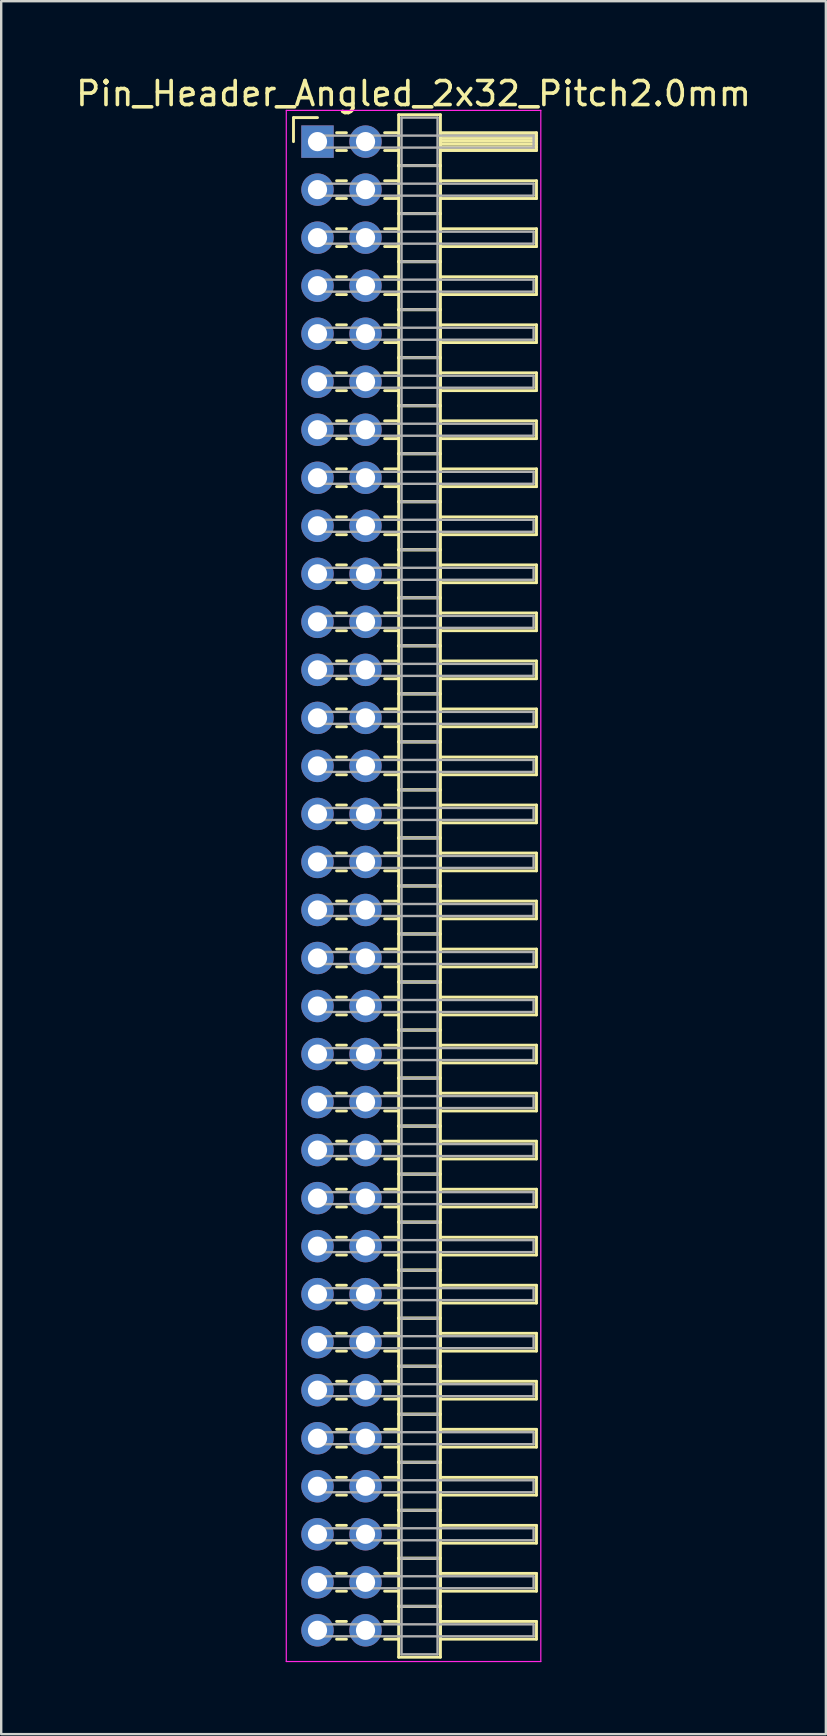
<source format=kicad_pcb>
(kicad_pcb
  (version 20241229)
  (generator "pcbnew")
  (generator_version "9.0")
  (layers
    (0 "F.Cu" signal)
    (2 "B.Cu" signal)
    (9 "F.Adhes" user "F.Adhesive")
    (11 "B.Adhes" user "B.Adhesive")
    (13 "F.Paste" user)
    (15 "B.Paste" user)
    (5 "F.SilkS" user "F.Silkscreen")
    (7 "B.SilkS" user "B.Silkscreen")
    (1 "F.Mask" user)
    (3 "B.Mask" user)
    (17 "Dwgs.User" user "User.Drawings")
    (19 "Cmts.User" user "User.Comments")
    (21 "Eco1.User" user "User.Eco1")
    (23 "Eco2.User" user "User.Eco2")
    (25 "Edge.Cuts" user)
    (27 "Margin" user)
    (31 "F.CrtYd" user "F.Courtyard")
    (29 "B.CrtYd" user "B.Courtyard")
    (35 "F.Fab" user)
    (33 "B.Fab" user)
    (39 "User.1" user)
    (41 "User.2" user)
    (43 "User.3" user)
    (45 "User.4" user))
  (footprint "Pin_Header_Angled_2x32_Pitch2.0mm"
    (layer "F.Cu")
    (at 10.173 2.848)
    (property "Reference" "Pin_Header_Angled_2x32_Pitch2.0mm" (at 4 -2 0) (layer "F.SilkS") (effects (font (size 1 1) (thickness 0.15))))
    (attr through_hole)
    (fp_line (start -1 -1) (end 0 -1) (stroke (width 0.12) (type solid)) (layer "F.SilkS"))
    (fp_line (start -1 0) (end -1 -1) (stroke (width 0.12) (type solid)) (layer "F.SilkS"))
    (fp_line (start 0.795 -0.37) (end 1.205 -0.37) (stroke (width 0.12) (type solid)) (layer "F.SilkS"))
    (fp_line (start 0.795 0.37) (end 1.205 0.37) (stroke (width 0.12) (type solid)) (layer "F.SilkS"))
    (fp_line (start 0.795 1.63) (end 1.205 1.63) (stroke (width 0.12) (type solid)) (layer "F.SilkS"))
    (fp_line (start 0.795 2.37) (end 1.205 2.37) (stroke (width 0.12) (type solid)) (layer "F.SilkS"))
    (fp_line (start 0.795 3.63) (end 1.205 3.63) (stroke (width 0.12) (type solid)) (layer "F.SilkS"))
    (fp_line (start 0.795 4.37) (end 1.205 4.37) (stroke (width 0.12) (type solid)) (layer "F.SilkS"))
    (fp_line (start 0.795 5.63) (end 1.205 5.63) (stroke (width 0.12) (type solid)) (layer "F.SilkS"))
    (fp_line (start 0.795 6.37) (end 1.205 6.37) (stroke (width 0.12) (type solid)) (layer "F.SilkS"))
    (fp_line (start 0.795 7.63) (end 1.205 7.63) (stroke (width 0.12) (type solid)) (layer "F.SilkS"))
    (fp_line (start 0.795 8.37) (end 1.205 8.37) (stroke (width 0.12) (type solid)) (layer "F.SilkS"))
    (fp_line (start 0.795 9.63) (end 1.205 9.63) (stroke (width 0.12) (type solid)) (layer "F.SilkS"))
    (fp_line (start 0.795 10.37) (end 1.205 10.37) (stroke (width 0.12) (type solid)) (layer "F.SilkS"))
    (fp_line (start 0.795 11.63) (end 1.205 11.63) (stroke (width 0.12) (type solid)) (layer "F.SilkS"))
    (fp_line (start 0.795 12.37) (end 1.205 12.37) (stroke (width 0.12) (type solid)) (layer "F.SilkS"))
    (fp_line (start 0.795 13.63) (end 1.205 13.63) (stroke (width 0.12) (type solid)) (layer "F.SilkS"))
    (fp_line (start 0.795 14.37) (end 1.205 14.37) (stroke (width 0.12) (type solid)) (layer "F.SilkS"))
    (fp_line (start 0.795 15.63) (end 1.205 15.63) (stroke (width 0.12) (type solid)) (layer "F.SilkS"))
    (fp_line (start 0.795 16.37) (end 1.205 16.37) (stroke (width 0.12) (type solid)) (layer "F.SilkS"))
    (fp_line (start 0.795 17.63) (end 1.205 17.63) (stroke (width 0.12) (type solid)) (layer "F.SilkS"))
    (fp_line (start 0.795 18.37) (end 1.205 18.37) (stroke (width 0.12) (type solid)) (layer "F.SilkS"))
    (fp_line (start 0.795 19.63) (end 1.205 19.63) (stroke (width 0.12) (type solid)) (layer "F.SilkS"))
    (fp_line (start 0.795 20.37) (end 1.205 20.37) (stroke (width 0.12) (type solid)) (layer "F.SilkS"))
    (fp_line (start 0.795 21.63) (end 1.205 21.63) (stroke (width 0.12) (type solid)) (layer "F.SilkS"))
    (fp_line (start 0.795 22.37) (end 1.205 22.37) (stroke (width 0.12) (type solid)) (layer "F.SilkS"))
    (fp_line (start 0.795 23.63) (end 1.205 23.63) (stroke (width 0.12) (type solid)) (layer "F.SilkS"))
    (fp_line (start 0.795 24.37) (end 1.205 24.37) (stroke (width 0.12) (type solid)) (layer "F.SilkS"))
    (fp_line (start 0.795 25.63) (end 1.205 25.63) (stroke (width 0.12) (type solid)) (layer "F.SilkS"))
    (fp_line (start 0.795 26.37) (end 1.205 26.37) (stroke (width 0.12) (type solid)) (layer "F.SilkS"))
    (fp_line (start 0.795 27.63) (end 1.205 27.63) (stroke (width 0.12) (type solid)) (layer "F.SilkS"))
    (fp_line (start 0.795 28.37) (end 1.205 28.37) (stroke (width 0.12) (type solid)) (layer "F.SilkS"))
    (fp_line (start 0.795 29.63) (end 1.205 29.63) (stroke (width 0.12) (type solid)) (layer "F.SilkS"))
    (fp_line (start 0.795 30.37) (end 1.205 30.37) (stroke (width 0.12) (type solid)) (layer "F.SilkS"))
    (fp_line (start 0.795 31.63) (end 1.205 31.63) (stroke (width 0.12) (type solid)) (layer "F.SilkS"))
    (fp_line (start 0.795 32.37) (end 1.205 32.37) (stroke (width 0.12) (type solid)) (layer "F.SilkS"))
    (fp_line (start 0.795 33.63) (end 1.205 33.63) (stroke (width 0.12) (type solid)) (layer "F.SilkS"))
    (fp_line (start 0.795 34.37) (end 1.205 34.37) (stroke (width 0.12) (type solid)) (layer "F.SilkS"))
    (fp_line (start 0.795 35.63) (end 1.205 35.63) (stroke (width 0.12) (type solid)) (layer "F.SilkS"))
    (fp_line (start 0.795 36.37) (end 1.205 36.37) (stroke (width 0.12) (type solid)) (layer "F.SilkS"))
    (fp_line (start 0.795 37.63) (end 1.205 37.63) (stroke (width 0.12) (type solid)) (layer "F.SilkS"))
    (fp_line (start 0.795 38.37) (end 1.205 38.37) (stroke (width 0.12) (type solid)) (layer "F.SilkS"))
    (fp_line (start 0.795 39.63) (end 1.205 39.63) (stroke (width 0.12) (type solid)) (layer "F.SilkS"))
    (fp_line (start 0.795 40.37) (end 1.205 40.37) (stroke (width 0.12) (type solid)) (layer "F.SilkS"))
    (fp_line (start 0.795 41.63) (end 1.205 41.63) (stroke (width 0.12) (type solid)) (layer "F.SilkS"))
    (fp_line (start 0.795 42.37) (end 1.205 42.37) (stroke (width 0.12) (type solid)) (layer "F.SilkS"))
    (fp_line (start 0.795 43.63) (end 1.205 43.63) (stroke (width 0.12) (type solid)) (layer "F.SilkS"))
    (fp_line (start 0.795 44.37) (end 1.205 44.37) (stroke (width 0.12) (type solid)) (layer "F.SilkS"))
    (fp_line (start 0.795 45.63) (end 1.205 45.63) (stroke (width 0.12) (type solid)) (layer "F.SilkS"))
    (fp_line (start 0.795 46.37) (end 1.205 46.37) (stroke (width 0.12) (type solid)) (layer "F.SilkS"))
    (fp_line (start 0.795 47.63) (end 1.205 47.63) (stroke (width 0.12) (type solid)) (layer "F.SilkS"))
    (fp_line (start 0.795 48.37) (end 1.205 48.37) (stroke (width 0.12) (type solid)) (layer "F.SilkS"))
    (fp_line (start 0.795 49.63) (end 1.205 49.63) (stroke (width 0.12) (type solid)) (layer "F.SilkS"))
    (fp_line (start 0.795 50.37) (end 1.205 50.37) (stroke (width 0.12) (type solid)) (layer "F.SilkS"))
    (fp_line (start 0.795 51.63) (end 1.205 51.63) (stroke (width 0.12) (type solid)) (layer "F.SilkS"))
    (fp_line (start 0.795 52.37) (end 1.205 52.37) (stroke (width 0.12) (type solid)) (layer "F.SilkS"))
    (fp_line (start 0.795 53.63) (end 1.205 53.63) (stroke (width 0.12) (type solid)) (layer "F.SilkS"))
    (fp_line (start 0.795 54.37) (end 1.205 54.37) (stroke (width 0.12) (type solid)) (layer "F.SilkS"))
    (fp_line (start 0.795 55.63) (end 1.205 55.63) (stroke (width 0.12) (type solid)) (layer "F.SilkS"))
    (fp_line (start 0.795 56.37) (end 1.205 56.37) (stroke (width 0.12) (type solid)) (layer "F.SilkS"))
    (fp_line (start 0.795 57.63) (end 1.205 57.63) (stroke (width 0.12) (type solid)) (layer "F.SilkS"))
    (fp_line (start 0.795 58.37) (end 1.205 58.37) (stroke (width 0.12) (type solid)) (layer "F.SilkS"))
    (fp_line (start 0.795 59.63) (end 1.205 59.63) (stroke (width 0.12) (type solid)) (layer "F.SilkS"))
    (fp_line (start 0.795 60.37) (end 1.205 60.37) (stroke (width 0.12) (type solid)) (layer "F.SilkS"))
    (fp_line (start 0.795 61.63) (end 1.205 61.63) (stroke (width 0.12) (type solid)) (layer "F.SilkS"))
    (fp_line (start 0.795 62.37) (end 1.205 62.37) (stroke (width 0.12) (type solid)) (layer "F.SilkS"))
    (fp_line (start 2.795 -0.37) (end 3.38 -0.37) (stroke (width 0.12) (type solid)) (layer "F.SilkS"))
    (fp_line (start 2.795 0.37) (end 3.38 0.37) (stroke (width 0.12) (type solid)) (layer "F.SilkS"))
    (fp_line (start 2.795 1.63) (end 3.38 1.63) (stroke (width 0.12) (type solid)) (layer "F.SilkS"))
    (fp_line (start 2.795 2.37) (end 3.38 2.37) (stroke (width 0.12) (type solid)) (layer "F.SilkS"))
    (fp_line (start 2.795 3.63) (end 3.38 3.63) (stroke (width 0.12) (type solid)) (layer "F.SilkS"))
    (fp_line (start 2.795 4.37) (end 3.38 4.37) (stroke (width 0.12) (type solid)) (layer "F.SilkS"))
    (fp_line (start 2.795 5.63) (end 3.38 5.63) (stroke (width 0.12) (type solid)) (layer "F.SilkS"))
    (fp_line (start 2.795 6.37) (end 3.38 6.37) (stroke (width 0.12) (type solid)) (layer "F.SilkS"))
    (fp_line (start 2.795 7.63) (end 3.38 7.63) (stroke (width 0.12) (type solid)) (layer "F.SilkS"))
    (fp_line (start 2.795 8.37) (end 3.38 8.37) (stroke (width 0.12) (type solid)) (layer "F.SilkS"))
    (fp_line (start 2.795 9.63) (end 3.38 9.63) (stroke (width 0.12) (type solid)) (layer "F.SilkS"))
    (fp_line (start 2.795 10.37) (end 3.38 10.37) (stroke (width 0.12) (type solid)) (layer "F.SilkS"))
    (fp_line (start 2.795 11.63) (end 3.38 11.63) (stroke (width 0.12) (type solid)) (layer "F.SilkS"))
    (fp_line (start 2.795 12.37) (end 3.38 12.37) (stroke (width 0.12) (type solid)) (layer "F.SilkS"))
    (fp_line (start 2.795 13.63) (end 3.38 13.63) (stroke (width 0.12) (type solid)) (layer "F.SilkS"))
    (fp_line (start 2.795 14.37) (end 3.38 14.37) (stroke (width 0.12) (type solid)) (layer "F.SilkS"))
    (fp_line (start 2.795 15.63) (end 3.38 15.63) (stroke (width 0.12) (type solid)) (layer "F.SilkS"))
    (fp_line (start 2.795 16.37) (end 3.38 16.37) (stroke (width 0.12) (type solid)) (layer "F.SilkS"))
    (fp_line (start 2.795 17.63) (end 3.38 17.63) (stroke (width 0.12) (type solid)) (layer "F.SilkS"))
    (fp_line (start 2.795 18.37) (end 3.38 18.37) (stroke (width 0.12) (type solid)) (layer "F.SilkS"))
    (fp_line (start 2.795 19.63) (end 3.38 19.63) (stroke (width 0.12) (type solid)) (layer "F.SilkS"))
    (fp_line (start 2.795 20.37) (end 3.38 20.37) (stroke (width 0.12) (type solid)) (layer "F.SilkS"))
    (fp_line (start 2.795 21.63) (end 3.38 21.63) (stroke (width 0.12) (type solid)) (layer "F.SilkS"))
    (fp_line (start 2.795 22.37) (end 3.38 22.37) (stroke (width 0.12) (type solid)) (layer "F.SilkS"))
    (fp_line (start 2.795 23.63) (end 3.38 23.63) (stroke (width 0.12) (type solid)) (layer "F.SilkS"))
    (fp_line (start 2.795 24.37) (end 3.38 24.37) (stroke (width 0.12) (type solid)) (layer "F.SilkS"))
    (fp_line (start 2.795 25.63) (end 3.38 25.63) (stroke (width 0.12) (type solid)) (layer "F.SilkS"))
    (fp_line (start 2.795 26.37) (end 3.38 26.37) (stroke (width 0.12) (type solid)) (layer "F.SilkS"))
    (fp_line (start 2.795 27.63) (end 3.38 27.63) (stroke (width 0.12) (type solid)) (layer "F.SilkS"))
    (fp_line (start 2.795 28.37) (end 3.38 28.37) (stroke (width 0.12) (type solid)) (layer "F.SilkS"))
    (fp_line (start 2.795 29.63) (end 3.38 29.63) (stroke (width 0.12) (type solid)) (layer "F.SilkS"))
    (fp_line (start 2.795 30.37) (end 3.38 30.37) (stroke (width 0.12) (type solid)) (layer "F.SilkS"))
    (fp_line (start 2.795 31.63) (end 3.38 31.63) (stroke (width 0.12) (type solid)) (layer "F.SilkS"))
    (fp_line (start 2.795 32.37) (end 3.38 32.37) (stroke (width 0.12) (type solid)) (layer "F.SilkS"))
    (fp_line (start 2.795 33.63) (end 3.38 33.63) (stroke (width 0.12) (type solid)) (layer "F.SilkS"))
    (fp_line (start 2.795 34.37) (end 3.38 34.37) (stroke (width 0.12) (type solid)) (layer "F.SilkS"))
    (fp_line (start 2.795 35.63) (end 3.38 35.63) (stroke (width 0.12) (type solid)) (layer "F.SilkS"))
    (fp_line (start 2.795 36.37) (end 3.38 36.37) (stroke (width 0.12) (type solid)) (layer "F.SilkS"))
    (fp_line (start 2.795 37.63) (end 3.38 37.63) (stroke (width 0.12) (type solid)) (layer "F.SilkS"))
    (fp_line (start 2.795 38.37) (end 3.38 38.37) (stroke (width 0.12) (type solid)) (layer "F.SilkS"))
    (fp_line (start 2.795 39.63) (end 3.38 39.63) (stroke (width 0.12) (type solid)) (layer "F.SilkS"))
    (fp_line (start 2.795 40.37) (end 3.38 40.37) (stroke (width 0.12) (type solid)) (layer "F.SilkS"))
    (fp_line (start 2.795 41.63) (end 3.38 41.63) (stroke (width 0.12) (type solid)) (layer "F.SilkS"))
    (fp_line (start 2.795 42.37) (end 3.38 42.37) (stroke (width 0.12) (type solid)) (layer "F.SilkS"))
    (fp_line (start 2.795 43.63) (end 3.38 43.63) (stroke (width 0.12) (type solid)) (layer "F.SilkS"))
    (fp_line (start 2.795 44.37) (end 3.38 44.37) (stroke (width 0.12) (type solid)) (layer "F.SilkS"))
    (fp_line (start 2.795 45.63) (end 3.38 45.63) (stroke (width 0.12) (type solid)) (layer "F.SilkS"))
    (fp_line (start 2.795 46.37) (end 3.38 46.37) (stroke (width 0.12) (type solid)) (layer "F.SilkS"))
    (fp_line (start 2.795 47.63) (end 3.38 47.63) (stroke (width 0.12) (type solid)) (layer "F.SilkS"))
    (fp_line (start 2.795 48.37) (end 3.38 48.37) (stroke (width 0.12) (type solid)) (layer "F.SilkS"))
    (fp_line (start 2.795 49.63) (end 3.38 49.63) (stroke (width 0.12) (type solid)) (layer "F.SilkS"))
    (fp_line (start 2.795 50.37) (end 3.38 50.37) (stroke (width 0.12) (type solid)) (layer "F.SilkS"))
    (fp_line (start 2.795 51.63) (end 3.38 51.63) (stroke (width 0.12) (type solid)) (layer "F.SilkS"))
    (fp_line (start 2.795 52.37) (end 3.38 52.37) (stroke (width 0.12) (type solid)) (layer "F.SilkS"))
    (fp_line (start 2.795 53.63) (end 3.38 53.63) (stroke (width 0.12) (type solid)) (layer "F.SilkS"))
    (fp_line (start 2.795 54.37) (end 3.38 54.37) (stroke (width 0.12) (type solid)) (layer "F.SilkS"))
    (fp_line (start 2.795 55.63) (end 3.38 55.63) (stroke (width 0.12) (type solid)) (layer "F.SilkS"))
    (fp_line (start 2.795 56.37) (end 3.38 56.37) (stroke (width 0.12) (type solid)) (layer "F.SilkS"))
    (fp_line (start 2.795 57.63) (end 3.38 57.63) (stroke (width 0.12) (type solid)) (layer "F.SilkS"))
    (fp_line (start 2.795 58.37) (end 3.38 58.37) (stroke (width 0.12) (type solid)) (layer "F.SilkS"))
    (fp_line (start 2.795 59.63) (end 3.38 59.63) (stroke (width 0.12) (type solid)) (layer "F.SilkS"))
    (fp_line (start 2.795 60.37) (end 3.38 60.37) (stroke (width 0.12) (type solid)) (layer "F.SilkS"))
    (fp_line (start 2.795 61.63) (end 3.38 61.63) (stroke (width 0.12) (type solid)) (layer "F.SilkS"))
    (fp_line (start 2.795 62.37) (end 3.38 62.37) (stroke (width 0.12) (type solid)) (layer "F.SilkS"))
    (fp_line (start 3.38 -1.12) (end 3.38 1) (stroke (width 0.12) (type solid)) (layer "F.SilkS"))
    (fp_line (start 3.38 1) (end 3.38 3) (stroke (width 0.12) (type solid)) (layer "F.SilkS"))
    (fp_line (start 3.38 1) (end 5.12 1) (stroke (width 0.12) (type solid)) (layer "F.SilkS"))
    (fp_line (start 3.38 3) (end 3.38 5) (stroke (width 0.12) (type solid)) (layer "F.SilkS"))
    (fp_line (start 3.38 3) (end 5.12 3) (stroke (width 0.12) (type solid)) (layer "F.SilkS"))
    (fp_line (start 3.38 5) (end 3.38 7) (stroke (width 0.12) (type solid)) (layer "F.SilkS"))
    (fp_line (start 3.38 5) (end 5.12 5) (stroke (width 0.12) (type solid)) (layer "F.SilkS"))
    (fp_line (start 3.38 7) (end 3.38 9) (stroke (width 0.12) (type solid)) (layer "F.SilkS"))
    (fp_line (start 3.38 7) (end 5.12 7) (stroke (width 0.12) (type solid)) (layer "F.SilkS"))
    (fp_line (start 3.38 9) (end 3.38 11) (stroke (width 0.12) (type solid)) (layer "F.SilkS"))
    (fp_line (start 3.38 9) (end 5.12 9) (stroke (width 0.12) (type solid)) (layer "F.SilkS"))
    (fp_line (start 3.38 11) (end 3.38 13) (stroke (width 0.12) (type solid)) (layer "F.SilkS"))
    (fp_line (start 3.38 11) (end 5.12 11) (stroke (width 0.12) (type solid)) (layer "F.SilkS"))
    (fp_line (start 3.38 13) (end 3.38 15) (stroke (width 0.12) (type solid)) (layer "F.SilkS"))
    (fp_line (start 3.38 13) (end 5.12 13) (stroke (width 0.12) (type solid)) (layer "F.SilkS"))
    (fp_line (start 3.38 15) (end 3.38 17) (stroke (width 0.12) (type solid)) (layer "F.SilkS"))
    (fp_line (start 3.38 15) (end 5.12 15) (stroke (width 0.12) (type solid)) (layer "F.SilkS"))
    (fp_line (start 3.38 17) (end 3.38 19) (stroke (width 0.12) (type solid)) (layer "F.SilkS"))
    (fp_line (start 3.38 17) (end 5.12 17) (stroke (width 0.12) (type solid)) (layer "F.SilkS"))
    (fp_line (start 3.38 19) (end 3.38 21) (stroke (width 0.12) (type solid)) (layer "F.SilkS"))
    (fp_line (start 3.38 19) (end 5.12 19) (stroke (width 0.12) (type solid)) (layer "F.SilkS"))
    (fp_line (start 3.38 21) (end 3.38 23) (stroke (width 0.12) (type solid)) (layer "F.SilkS"))
    (fp_line (start 3.38 21) (end 5.12 21) (stroke (width 0.12) (type solid)) (layer "F.SilkS"))
    (fp_line (start 3.38 23) (end 3.38 25) (stroke (width 0.12) (type solid)) (layer "F.SilkS"))
    (fp_line (start 3.38 23) (end 5.12 23) (stroke (width 0.12) (type solid)) (layer "F.SilkS"))
    (fp_line (start 3.38 25) (end 3.38 27) (stroke (width 0.12) (type solid)) (layer "F.SilkS"))
    (fp_line (start 3.38 25) (end 5.12 25) (stroke (width 0.12) (type solid)) (layer "F.SilkS"))
    (fp_line (start 3.38 27) (end 3.38 29) (stroke (width 0.12) (type solid)) (layer "F.SilkS"))
    (fp_line (start 3.38 27) (end 5.12 27) (stroke (width 0.12) (type solid)) (layer "F.SilkS"))
    (fp_line (start 3.38 29) (end 3.38 31) (stroke (width 0.12) (type solid)) (layer "F.SilkS"))
    (fp_line (start 3.38 29) (end 5.12 29) (stroke (width 0.12) (type solid)) (layer "F.SilkS"))
    (fp_line (start 3.38 31) (end 3.38 33) (stroke (width 0.12) (type solid)) (layer "F.SilkS"))
    (fp_line (start 3.38 31) (end 5.12 31) (stroke (width 0.12) (type solid)) (layer "F.SilkS"))
    (fp_line (start 3.38 33) (end 3.38 35) (stroke (width 0.12) (type solid)) (layer "F.SilkS"))
    (fp_line (start 3.38 33) (end 5.12 33) (stroke (width 0.12) (type solid)) (layer "F.SilkS"))
    (fp_line (start 3.38 35) (end 3.38 37) (stroke (width 0.12) (type solid)) (layer "F.SilkS"))
    (fp_line (start 3.38 35) (end 5.12 35) (stroke (width 0.12) (type solid)) (layer "F.SilkS"))
    (fp_line (start 3.38 37) (end 3.38 39) (stroke (width 0.12) (type solid)) (layer "F.SilkS"))
    (fp_line (start 3.38 37) (end 5.12 37) (stroke (width 0.12) (type solid)) (layer "F.SilkS"))
    (fp_line (start 3.38 39) (end 3.38 41) (stroke (width 0.12) (type solid)) (layer "F.SilkS"))
    (fp_line (start 3.38 39) (end 5.12 39) (stroke (width 0.12) (type solid)) (layer "F.SilkS"))
    (fp_line (start 3.38 41) (end 3.38 43) (stroke (width 0.12) (type solid)) (layer "F.SilkS"))
    (fp_line (start 3.38 41) (end 5.12 41) (stroke (width 0.12) (type solid)) (layer "F.SilkS"))
    (fp_line (start 3.38 43) (end 3.38 45) (stroke (width 0.12) (type solid)) (layer "F.SilkS"))
    (fp_line (start 3.38 43) (end 5.12 43) (stroke (width 0.12) (type solid)) (layer "F.SilkS"))
    (fp_line (start 3.38 45) (end 3.38 47) (stroke (width 0.12) (type solid)) (layer "F.SilkS"))
    (fp_line (start 3.38 45) (end 5.12 45) (stroke (width 0.12) (type solid)) (layer "F.SilkS"))
    (fp_line (start 3.38 47) (end 3.38 49) (stroke (width 0.12) (type solid)) (layer "F.SilkS"))
    (fp_line (start 3.38 47) (end 5.12 47) (stroke (width 0.12) (type solid)) (layer "F.SilkS"))
    (fp_line (start 3.38 49) (end 3.38 51) (stroke (width 0.12) (type solid)) (layer "F.SilkS"))
    (fp_line (start 3.38 49) (end 5.12 49) (stroke (width 0.12) (type solid)) (layer "F.SilkS"))
    (fp_line (start 3.38 51) (end 3.38 53) (stroke (width 0.12) (type solid)) (layer "F.SilkS"))
    (fp_line (start 3.38 51) (end 5.12 51) (stroke (width 0.12) (type solid)) (layer "F.SilkS"))
    (fp_line (start 3.38 53) (end 3.38 55) (stroke (width 0.12) (type solid)) (layer "F.SilkS"))
    (fp_line (start 3.38 53) (end 5.12 53) (stroke (width 0.12) (type solid)) (layer "F.SilkS"))
    (fp_line (start 3.38 55) (end 3.38 57) (stroke (width 0.12) (type solid)) (layer "F.SilkS"))
    (fp_line (start 3.38 55) (end 5.12 55) (stroke (width 0.12) (type solid)) (layer "F.SilkS"))
    (fp_line (start 3.38 57) (end 3.38 59) (stroke (width 0.12) (type solid)) (layer "F.SilkS"))
    (fp_line (start 3.38 57) (end 5.12 57) (stroke (width 0.12) (type solid)) (layer "F.SilkS"))
    (fp_line (start 3.38 59) (end 3.38 61) (stroke (width 0.12) (type solid)) (layer "F.SilkS"))
    (fp_line (start 3.38 59) (end 5.12 59) (stroke (width 0.12) (type solid)) (layer "F.SilkS"))
    (fp_line (start 3.38 61) (end 3.38 63.12) (stroke (width 0.12) (type solid)) (layer "F.SilkS"))
    (fp_line (start 3.38 61) (end 5.12 61) (stroke (width 0.12) (type solid)) (layer "F.SilkS"))
    (fp_line (start 3.38 63.12) (end 5.12 63.12) (stroke (width 0.12) (type solid)) (layer "F.SilkS"))
    (fp_line (start 5.12 -1.12) (end 3.38 -1.12) (stroke (width 0.12) (type solid)) (layer "F.SilkS"))
    (fp_line (start 5.12 -0.37) (end 5.12 0.37) (stroke (width 0.12) (type solid)) (layer "F.SilkS"))
    (fp_line (start 5.12 -0.25) (end 9.12 -0.25) (stroke (width 0.12) (type solid)) (layer "F.SilkS"))
    (fp_line (start 5.12 -0.13) (end 9.12 -0.13) (stroke (width 0.12) (type solid)) (layer "F.SilkS"))
    (fp_line (start 5.12 -0.01) (end 9.12 -0.01) (stroke (width 0.12) (type solid)) (layer "F.SilkS"))
    (fp_line (start 5.12 0.11) (end 9.12 0.11) (stroke (width 0.12) (type solid)) (layer "F.SilkS"))
    (fp_line (start 5.12 0.23) (end 9.12 0.23) (stroke (width 0.12) (type solid)) (layer "F.SilkS"))
    (fp_line (start 5.12 0.35) (end 9.12 0.35) (stroke (width 0.12) (type solid)) (layer "F.SilkS"))
    (fp_line (start 5.12 0.37) (end 9.12 0.37) (stroke (width 0.12) (type solid)) (layer "F.SilkS"))
    (fp_line (start 5.12 1) (end 3.38 1) (stroke (width 0.12) (type solid)) (layer "F.SilkS"))
    (fp_line (start 5.12 1) (end 5.12 -1.12) (stroke (width 0.12) (type solid)) (layer "F.SilkS"))
    (fp_line (start 5.12 1.63) (end 5.12 2.37) (stroke (width 0.12) (type solid)) (layer "F.SilkS"))
    (fp_line (start 5.12 2.37) (end 9.12 2.37) (stroke (width 0.12) (type solid)) (layer "F.SilkS"))
    (fp_line (start 5.12 3) (end 3.38 3) (stroke (width 0.12) (type solid)) (layer "F.SilkS"))
    (fp_line (start 5.12 3) (end 5.12 1) (stroke (width 0.12) (type solid)) (layer "F.SilkS"))
    (fp_line (start 5.12 3.63) (end 5.12 4.37) (stroke (width 0.12) (type solid)) (layer "F.SilkS"))
    (fp_line (start 5.12 4.37) (end 9.12 4.37) (stroke (width 0.12) (type solid)) (layer "F.SilkS"))
    (fp_line (start 5.12 5) (end 3.38 5) (stroke (width 0.12) (type solid)) (layer "F.SilkS"))
    (fp_line (start 5.12 5) (end 5.12 3) (stroke (width 0.12) (type solid)) (layer "F.SilkS"))
    (fp_line (start 5.12 5.63) (end 5.12 6.37) (stroke (width 0.12) (type solid)) (layer "F.SilkS"))
    (fp_line (start 5.12 6.37) (end 9.12 6.37) (stroke (width 0.12) (type solid)) (layer "F.SilkS"))
    (fp_line (start 5.12 7) (end 3.38 7) (stroke (width 0.12) (type solid)) (layer "F.SilkS"))
    (fp_line (start 5.12 7) (end 5.12 5) (stroke (width 0.12) (type solid)) (layer "F.SilkS"))
    (fp_line (start 5.12 7.63) (end 5.12 8.37) (stroke (width 0.12) (type solid)) (layer "F.SilkS"))
    (fp_line (start 5.12 8.37) (end 9.12 8.37) (stroke (width 0.12) (type solid)) (layer "F.SilkS"))
    (fp_line (start 5.12 9) (end 3.38 9) (stroke (width 0.12) (type solid)) (layer "F.SilkS"))
    (fp_line (start 5.12 9) (end 5.12 7) (stroke (width 0.12) (type solid)) (layer "F.SilkS"))
    (fp_line (start 5.12 9.63) (end 5.12 10.37) (stroke (width 0.12) (type solid)) (layer "F.SilkS"))
    (fp_line (start 5.12 10.37) (end 9.12 10.37) (stroke (width 0.12) (type solid)) (layer "F.SilkS"))
    (fp_line (start 5.12 11) (end 3.38 11) (stroke (width 0.12) (type solid)) (layer "F.SilkS"))
    (fp_line (start 5.12 11) (end 5.12 9) (stroke (width 0.12) (type solid)) (layer "F.SilkS"))
    (fp_line (start 5.12 11.63) (end 5.12 12.37) (stroke (width 0.12) (type solid)) (layer "F.SilkS"))
    (fp_line (start 5.12 12.37) (end 9.12 12.37) (stroke (width 0.12) (type solid)) (layer "F.SilkS"))
    (fp_line (start 5.12 13) (end 3.38 13) (stroke (width 0.12) (type solid)) (layer "F.SilkS"))
    (fp_line (start 5.12 13) (end 5.12 11) (stroke (width 0.12) (type solid)) (layer "F.SilkS"))
    (fp_line (start 5.12 13.63) (end 5.12 14.37) (stroke (width 0.12) (type solid)) (layer "F.SilkS"))
    (fp_line (start 5.12 14.37) (end 9.12 14.37) (stroke (width 0.12) (type solid)) (layer "F.SilkS"))
    (fp_line (start 5.12 15) (end 3.38 15) (stroke (width 0.12) (type solid)) (layer "F.SilkS"))
    (fp_line (start 5.12 15) (end 5.12 13) (stroke (width 0.12) (type solid)) (layer "F.SilkS"))
    (fp_line (start 5.12 15.63) (end 5.12 16.37) (stroke (width 0.12) (type solid)) (layer "F.SilkS"))
    (fp_line (start 5.12 16.37) (end 9.12 16.37) (stroke (width 0.12) (type solid)) (layer "F.SilkS"))
    (fp_line (start 5.12 17) (end 3.38 17) (stroke (width 0.12) (type solid)) (layer "F.SilkS"))
    (fp_line (start 5.12 17) (end 5.12 15) (stroke (width 0.12) (type solid)) (layer "F.SilkS"))
    (fp_line (start 5.12 17.63) (end 5.12 18.37) (stroke (width 0.12) (type solid)) (layer "F.SilkS"))
    (fp_line (start 5.12 18.37) (end 9.12 18.37) (stroke (width 0.12) (type solid)) (layer "F.SilkS"))
    (fp_line (start 5.12 19) (end 3.38 19) (stroke (width 0.12) (type solid)) (layer "F.SilkS"))
    (fp_line (start 5.12 19) (end 5.12 17) (stroke (width 0.12) (type solid)) (layer "F.SilkS"))
    (fp_line (start 5.12 19.63) (end 5.12 20.37) (stroke (width 0.12) (type solid)) (layer "F.SilkS"))
    (fp_line (start 5.12 20.37) (end 9.12 20.37) (stroke (width 0.12) (type solid)) (layer "F.SilkS"))
    (fp_line (start 5.12 21) (end 3.38 21) (stroke (width 0.12) (type solid)) (layer "F.SilkS"))
    (fp_line (start 5.12 21) (end 5.12 19) (stroke (width 0.12) (type solid)) (layer "F.SilkS"))
    (fp_line (start 5.12 21.63) (end 5.12 22.37) (stroke (width 0.12) (type solid)) (layer "F.SilkS"))
    (fp_line (start 5.12 22.37) (end 9.12 22.37) (stroke (width 0.12) (type solid)) (layer "F.SilkS"))
    (fp_line (start 5.12 23) (end 3.38 23) (stroke (width 0.12) (type solid)) (layer "F.SilkS"))
    (fp_line (start 5.12 23) (end 5.12 21) (stroke (width 0.12) (type solid)) (layer "F.SilkS"))
    (fp_line (start 5.12 23.63) (end 5.12 24.37) (stroke (width 0.12) (type solid)) (layer "F.SilkS"))
    (fp_line (start 5.12 24.37) (end 9.12 24.37) (stroke (width 0.12) (type solid)) (layer "F.SilkS"))
    (fp_line (start 5.12 25) (end 3.38 25) (stroke (width 0.12) (type solid)) (layer "F.SilkS"))
    (fp_line (start 5.12 25) (end 5.12 23) (stroke (width 0.12) (type solid)) (layer "F.SilkS"))
    (fp_line (start 5.12 25.63) (end 5.12 26.37) (stroke (width 0.12) (type solid)) (layer "F.SilkS"))
    (fp_line (start 5.12 26.37) (end 9.12 26.37) (stroke (width 0.12) (type solid)) (layer "F.SilkS"))
    (fp_line (start 5.12 27) (end 3.38 27) (stroke (width 0.12) (type solid)) (layer "F.SilkS"))
    (fp_line (start 5.12 27) (end 5.12 25) (stroke (width 0.12) (type solid)) (layer "F.SilkS"))
    (fp_line (start 5.12 27.63) (end 5.12 28.37) (stroke (width 0.12) (type solid)) (layer "F.SilkS"))
    (fp_line (start 5.12 28.37) (end 9.12 28.37) (stroke (width 0.12) (type solid)) (layer "F.SilkS"))
    (fp_line (start 5.12 29) (end 3.38 29) (stroke (width 0.12) (type solid)) (layer "F.SilkS"))
    (fp_line (start 5.12 29) (end 5.12 27) (stroke (width 0.12) (type solid)) (layer "F.SilkS"))
    (fp_line (start 5.12 29.63) (end 5.12 30.37) (stroke (width 0.12) (type solid)) (layer "F.SilkS"))
    (fp_line (start 5.12 30.37) (end 9.12 30.37) (stroke (width 0.12) (type solid)) (layer "F.SilkS"))
    (fp_line (start 5.12 31) (end 3.38 31) (stroke (width 0.12) (type solid)) (layer "F.SilkS"))
    (fp_line (start 5.12 31) (end 5.12 29) (stroke (width 0.12) (type solid)) (layer "F.SilkS"))
    (fp_line (start 5.12 31.63) (end 5.12 32.37) (stroke (width 0.12) (type solid)) (layer "F.SilkS"))
    (fp_line (start 5.12 32.37) (end 9.12 32.37) (stroke (width 0.12) (type solid)) (layer "F.SilkS"))
    (fp_line (start 5.12 33) (end 3.38 33) (stroke (width 0.12) (type solid)) (layer "F.SilkS"))
    (fp_line (start 5.12 33) (end 5.12 31) (stroke (width 0.12) (type solid)) (layer "F.SilkS"))
    (fp_line (start 5.12 33.63) (end 5.12 34.37) (stroke (width 0.12) (type solid)) (layer "F.SilkS"))
    (fp_line (start 5.12 34.37) (end 9.12 34.37) (stroke (width 0.12) (type solid)) (layer "F.SilkS"))
    (fp_line (start 5.12 35) (end 3.38 35) (stroke (width 0.12) (type solid)) (layer "F.SilkS"))
    (fp_line (start 5.12 35) (end 5.12 33) (stroke (width 0.12) (type solid)) (layer "F.SilkS"))
    (fp_line (start 5.12 35.63) (end 5.12 36.37) (stroke (width 0.12) (type solid)) (layer "F.SilkS"))
    (fp_line (start 5.12 36.37) (end 9.12 36.37) (stroke (width 0.12) (type solid)) (layer "F.SilkS"))
    (fp_line (start 5.12 37) (end 3.38 37) (stroke (width 0.12) (type solid)) (layer "F.SilkS"))
    (fp_line (start 5.12 37) (end 5.12 35) (stroke (width 0.12) (type solid)) (layer "F.SilkS"))
    (fp_line (start 5.12 37.63) (end 5.12 38.37) (stroke (width 0.12) (type solid)) (layer "F.SilkS"))
    (fp_line (start 5.12 38.37) (end 9.12 38.37) (stroke (width 0.12) (type solid)) (layer "F.SilkS"))
    (fp_line (start 5.12 39) (end 3.38 39) (stroke (width 0.12) (type solid)) (layer "F.SilkS"))
    (fp_line (start 5.12 39) (end 5.12 37) (stroke (width 0.12) (type solid)) (layer "F.SilkS"))
    (fp_line (start 5.12 39.63) (end 5.12 40.37) (stroke (width 0.12) (type solid)) (layer "F.SilkS"))
    (fp_line (start 5.12 40.37) (end 9.12 40.37) (stroke (width 0.12) (type solid)) (layer "F.SilkS"))
    (fp_line (start 5.12 41) (end 3.38 41) (stroke (width 0.12) (type solid)) (layer "F.SilkS"))
    (fp_line (start 5.12 41) (end 5.12 39) (stroke (width 0.12) (type solid)) (layer "F.SilkS"))
    (fp_line (start 5.12 41.63) (end 5.12 42.37) (stroke (width 0.12) (type solid)) (layer "F.SilkS"))
    (fp_line (start 5.12 42.37) (end 9.12 42.37) (stroke (width 0.12) (type solid)) (layer "F.SilkS"))
    (fp_line (start 5.12 43) (end 3.38 43) (stroke (width 0.12) (type solid)) (layer "F.SilkS"))
    (fp_line (start 5.12 43) (end 5.12 41) (stroke (width 0.12) (type solid)) (layer "F.SilkS"))
    (fp_line (start 5.12 43.63) (end 5.12 44.37) (stroke (width 0.12) (type solid)) (layer "F.SilkS"))
    (fp_line (start 5.12 44.37) (end 9.12 44.37) (stroke (width 0.12) (type solid)) (layer "F.SilkS"))
    (fp_line (start 5.12 45) (end 3.38 45) (stroke (width 0.12) (type solid)) (layer "F.SilkS"))
    (fp_line (start 5.12 45) (end 5.12 43) (stroke (width 0.12) (type solid)) (layer "F.SilkS"))
    (fp_line (start 5.12 45.63) (end 5.12 46.37) (stroke (width 0.12) (type solid)) (layer "F.SilkS"))
    (fp_line (start 5.12 46.37) (end 9.12 46.37) (stroke (width 0.12) (type solid)) (layer "F.SilkS"))
    (fp_line (start 5.12 47) (end 3.38 47) (stroke (width 0.12) (type solid)) (layer "F.SilkS"))
    (fp_line (start 5.12 47) (end 5.12 45) (stroke (width 0.12) (type solid)) (layer "F.SilkS"))
    (fp_line (start 5.12 47.63) (end 5.12 48.37) (stroke (width 0.12) (type solid)) (layer "F.SilkS"))
    (fp_line (start 5.12 48.37) (end 9.12 48.37) (stroke (width 0.12) (type solid)) (layer "F.SilkS"))
    (fp_line (start 5.12 49) (end 3.38 49) (stroke (width 0.12) (type solid)) (layer "F.SilkS"))
    (fp_line (start 5.12 49) (end 5.12 47) (stroke (width 0.12) (type solid)) (layer "F.SilkS"))
    (fp_line (start 5.12 49.63) (end 5.12 50.37) (stroke (width 0.12) (type solid)) (layer "F.SilkS"))
    (fp_line (start 5.12 50.37) (end 9.12 50.37) (stroke (width 0.12) (type solid)) (layer "F.SilkS"))
    (fp_line (start 5.12 51) (end 3.38 51) (stroke (width 0.12) (type solid)) (layer "F.SilkS"))
    (fp_line (start 5.12 51) (end 5.12 49) (stroke (width 0.12) (type solid)) (layer "F.SilkS"))
    (fp_line (start 5.12 51.63) (end 5.12 52.37) (stroke (width 0.12) (type solid)) (layer "F.SilkS"))
    (fp_line (start 5.12 52.37) (end 9.12 52.37) (stroke (width 0.12) (type solid)) (layer "F.SilkS"))
    (fp_line (start 5.12 53) (end 3.38 53) (stroke (width 0.12) (type solid)) (layer "F.SilkS"))
    (fp_line (start 5.12 53) (end 5.12 51) (stroke (width 0.12) (type solid)) (layer "F.SilkS"))
    (fp_line (start 5.12 53.63) (end 5.12 54.37) (stroke (width 0.12) (type solid)) (layer "F.SilkS"))
    (fp_line (start 5.12 54.37) (end 9.12 54.37) (stroke (width 0.12) (type solid)) (layer "F.SilkS"))
    (fp_line (start 5.12 55) (end 3.38 55) (stroke (width 0.12) (type solid)) (layer "F.SilkS"))
    (fp_line (start 5.12 55) (end 5.12 53) (stroke (width 0.12) (type solid)) (layer "F.SilkS"))
    (fp_line (start 5.12 55.63) (end 5.12 56.37) (stroke (width 0.12) (type solid)) (layer "F.SilkS"))
    (fp_line (start 5.12 56.37) (end 9.12 56.37) (stroke (width 0.12) (type solid)) (layer "F.SilkS"))
    (fp_line (start 5.12 57) (end 3.38 57) (stroke (width 0.12) (type solid)) (layer "F.SilkS"))
    (fp_line (start 5.12 57) (end 5.12 55) (stroke (width 0.12) (type solid)) (layer "F.SilkS"))
    (fp_line (start 5.12 57.63) (end 5.12 58.37) (stroke (width 0.12) (type solid)) (layer "F.SilkS"))
    (fp_line (start 5.12 58.37) (end 9.12 58.37) (stroke (width 0.12) (type solid)) (layer "F.SilkS"))
    (fp_line (start 5.12 59) (end 3.38 59) (stroke (width 0.12) (type solid)) (layer "F.SilkS"))
    (fp_line (start 5.12 59) (end 5.12 57) (stroke (width 0.12) (type solid)) (layer "F.SilkS"))
    (fp_line (start 5.12 59.63) (end 5.12 60.37) (stroke (width 0.12) (type solid)) (layer "F.SilkS"))
    (fp_line (start 5.12 60.37) (end 9.12 60.37) (stroke (width 0.12) (type solid)) (layer "F.SilkS"))
    (fp_line (start 5.12 61) (end 3.38 61) (stroke (width 0.12) (type solid)) (layer "F.SilkS"))
    (fp_line (start 5.12 61) (end 5.12 59) (stroke (width 0.12) (type solid)) (layer "F.SilkS"))
    (fp_line (start 5.12 61.63) (end 5.12 62.37) (stroke (width 0.12) (type solid)) (layer "F.SilkS"))
    (fp_line (start 5.12 62.37) (end 9.12 62.37) (stroke (width 0.12) (type solid)) (layer "F.SilkS"))
    (fp_line (start 5.12 63.12) (end 5.12 61) (stroke (width 0.12) (type solid)) (layer "F.SilkS"))
    (fp_line (start 9.12 -0.37) (end 5.12 -0.37) (stroke (width 0.12) (type solid)) (layer "F.SilkS"))
    (fp_line (start 9.12 0.37) (end 9.12 -0.37) (stroke (width 0.12) (type solid)) (layer "F.SilkS"))
    (fp_line (start 9.12 1.63) (end 5.12 1.63) (stroke (width 0.12) (type solid)) (layer "F.SilkS"))
    (fp_line (start 9.12 2.37) (end 9.12 1.63) (stroke (width 0.12) (type solid)) (layer "F.SilkS"))
    (fp_line (start 9.12 3.63) (end 5.12 3.63) (stroke (width 0.12) (type solid)) (layer "F.SilkS"))
    (fp_line (start 9.12 4.37) (end 9.12 3.63) (stroke (width 0.12) (type solid)) (layer "F.SilkS"))
    (fp_line (start 9.12 5.63) (end 5.12 5.63) (stroke (width 0.12) (type solid)) (layer "F.SilkS"))
    (fp_line (start 9.12 6.37) (end 9.12 5.63) (stroke (width 0.12) (type solid)) (layer "F.SilkS"))
    (fp_line (start 9.12 7.63) (end 5.12 7.63) (stroke (width 0.12) (type solid)) (layer "F.SilkS"))
    (fp_line (start 9.12 8.37) (end 9.12 7.63) (stroke (width 0.12) (type solid)) (layer "F.SilkS"))
    (fp_line (start 9.12 9.63) (end 5.12 9.63) (stroke (width 0.12) (type solid)) (layer "F.SilkS"))
    (fp_line (start 9.12 10.37) (end 9.12 9.63) (stroke (width 0.12) (type solid)) (layer "F.SilkS"))
    (fp_line (start 9.12 11.63) (end 5.12 11.63) (stroke (width 0.12) (type solid)) (layer "F.SilkS"))
    (fp_line (start 9.12 12.37) (end 9.12 11.63) (stroke (width 0.12) (type solid)) (layer "F.SilkS"))
    (fp_line (start 9.12 13.63) (end 5.12 13.63) (stroke (width 0.12) (type solid)) (layer "F.SilkS"))
    (fp_line (start 9.12 14.37) (end 9.12 13.63) (stroke (width 0.12) (type solid)) (layer "F.SilkS"))
    (fp_line (start 9.12 15.63) (end 5.12 15.63) (stroke (width 0.12) (type solid)) (layer "F.SilkS"))
    (fp_line (start 9.12 16.37) (end 9.12 15.63) (stroke (width 0.12) (type solid)) (layer "F.SilkS"))
    (fp_line (start 9.12 17.63) (end 5.12 17.63) (stroke (width 0.12) (type solid)) (layer "F.SilkS"))
    (fp_line (start 9.12 18.37) (end 9.12 17.63) (stroke (width 0.12) (type solid)) (layer "F.SilkS"))
    (fp_line (start 9.12 19.63) (end 5.12 19.63) (stroke (width 0.12) (type solid)) (layer "F.SilkS"))
    (fp_line (start 9.12 20.37) (end 9.12 19.63) (stroke (width 0.12) (type solid)) (layer "F.SilkS"))
    (fp_line (start 9.12 21.63) (end 5.12 21.63) (stroke (width 0.12) (type solid)) (layer "F.SilkS"))
    (fp_line (start 9.12 22.37) (end 9.12 21.63) (stroke (width 0.12) (type solid)) (layer "F.SilkS"))
    (fp_line (start 9.12 23.63) (end 5.12 23.63) (stroke (width 0.12) (type solid)) (layer "F.SilkS"))
    (fp_line (start 9.12 24.37) (end 9.12 23.63) (stroke (width 0.12) (type solid)) (layer "F.SilkS"))
    (fp_line (start 9.12 25.63) (end 5.12 25.63) (stroke (width 0.12) (type solid)) (layer "F.SilkS"))
    (fp_line (start 9.12 26.37) (end 9.12 25.63) (stroke (width 0.12) (type solid)) (layer "F.SilkS"))
    (fp_line (start 9.12 27.63) (end 5.12 27.63) (stroke (width 0.12) (type solid)) (layer "F.SilkS"))
    (fp_line (start 9.12 28.37) (end 9.12 27.63) (stroke (width 0.12) (type solid)) (layer "F.SilkS"))
    (fp_line (start 9.12 29.63) (end 5.12 29.63) (stroke (width 0.12) (type solid)) (layer "F.SilkS"))
    (fp_line (start 9.12 30.37) (end 9.12 29.63) (stroke (width 0.12) (type solid)) (layer "F.SilkS"))
    (fp_line (start 9.12 31.63) (end 5.12 31.63) (stroke (width 0.12) (type solid)) (layer "F.SilkS"))
    (fp_line (start 9.12 32.37) (end 9.12 31.63) (stroke (width 0.12) (type solid)) (layer "F.SilkS"))
    (fp_line (start 9.12 33.63) (end 5.12 33.63) (stroke (width 0.12) (type solid)) (layer "F.SilkS"))
    (fp_line (start 9.12 34.37) (end 9.12 33.63) (stroke (width 0.12) (type solid)) (layer "F.SilkS"))
    (fp_line (start 9.12 35.63) (end 5.12 35.63) (stroke (width 0.12) (type solid)) (layer "F.SilkS"))
    (fp_line (start 9.12 36.37) (end 9.12 35.63) (stroke (width 0.12) (type solid)) (layer "F.SilkS"))
    (fp_line (start 9.12 37.63) (end 5.12 37.63) (stroke (width 0.12) (type solid)) (layer "F.SilkS"))
    (fp_line (start 9.12 38.37) (end 9.12 37.63) (stroke (width 0.12) (type solid)) (layer "F.SilkS"))
    (fp_line (start 9.12 39.63) (end 5.12 39.63) (stroke (width 0.12) (type solid)) (layer "F.SilkS"))
    (fp_line (start 9.12 40.37) (end 9.12 39.63) (stroke (width 0.12) (type solid)) (layer "F.SilkS"))
    (fp_line (start 9.12 41.63) (end 5.12 41.63) (stroke (width 0.12) (type solid)) (layer "F.SilkS"))
    (fp_line (start 9.12 42.37) (end 9.12 41.63) (stroke (width 0.12) (type solid)) (layer "F.SilkS"))
    (fp_line (start 9.12 43.63) (end 5.12 43.63) (stroke (width 0.12) (type solid)) (layer "F.SilkS"))
    (fp_line (start 9.12 44.37) (end 9.12 43.63) (stroke (width 0.12) (type solid)) (layer "F.SilkS"))
    (fp_line (start 9.12 45.63) (end 5.12 45.63) (stroke (width 0.12) (type solid)) (layer "F.SilkS"))
    (fp_line (start 9.12 46.37) (end 9.12 45.63) (stroke (width 0.12) (type solid)) (layer "F.SilkS"))
    (fp_line (start 9.12 47.63) (end 5.12 47.63) (stroke (width 0.12) (type solid)) (layer "F.SilkS"))
    (fp_line (start 9.12 48.37) (end 9.12 47.63) (stroke (width 0.12) (type solid)) (layer "F.SilkS"))
    (fp_line (start 9.12 49.63) (end 5.12 49.63) (stroke (width 0.12) (type solid)) (layer "F.SilkS"))
    (fp_line (start 9.12 50.37) (end 9.12 49.63) (stroke (width 0.12) (type solid)) (layer "F.SilkS"))
    (fp_line (start 9.12 51.63) (end 5.12 51.63) (stroke (width 0.12) (type solid)) (layer "F.SilkS"))
    (fp_line (start 9.12 52.37) (end 9.12 51.63) (stroke (width 0.12) (type solid)) (layer "F.SilkS"))
    (fp_line (start 9.12 53.63) (end 5.12 53.63) (stroke (width 0.12) (type solid)) (layer "F.SilkS"))
    (fp_line (start 9.12 54.37) (end 9.12 53.63) (stroke (width 0.12) (type solid)) (layer "F.SilkS"))
    (fp_line (start 9.12 55.63) (end 5.12 55.63) (stroke (width 0.12) (type solid)) (layer "F.SilkS"))
    (fp_line (start 9.12 56.37) (end 9.12 55.63) (stroke (width 0.12) (type solid)) (layer "F.SilkS"))
    (fp_line (start 9.12 57.63) (end 5.12 57.63) (stroke (width 0.12) (type solid)) (layer "F.SilkS"))
    (fp_line (start 9.12 58.37) (end 9.12 57.63) (stroke (width 0.12) (type solid)) (layer "F.SilkS"))
    (fp_line (start 9.12 59.63) (end 5.12 59.63) (stroke (width 0.12) (type solid)) (layer "F.SilkS"))
    (fp_line (start 9.12 60.37) (end 9.12 59.63) (stroke (width 0.12) (type solid)) (layer "F.SilkS"))
    (fp_line (start 9.12 61.63) (end 5.12 61.63) (stroke (width 0.12) (type solid)) (layer "F.SilkS"))
    (fp_line (start 9.12 62.37) (end 9.12 61.63) (stroke (width 0.12) (type solid)) (layer "F.SilkS"))
    (fp_line (start -1.3 -1.3) (end -1.3 63.3) (stroke (width 0.05) (type solid)) (layer "F.CrtYd"))
    (fp_line (start -1.3 63.3) (end 9.3 63.3) (stroke (width 0.05) (type solid)) (layer "F.CrtYd"))
    (fp_line (start 9.3 -1.3) (end -1.3 -1.3) (stroke (width 0.05) (type solid)) (layer "F.CrtYd"))
    (fp_line (start 9.3 63.3) (end 9.3 -1.3) (stroke (width 0.05) (type solid)) (layer "F.CrtYd"))
    (fp_line (start 0 -0.25) (end 0 0.25) (stroke (width 0.1) (type solid)) (layer "F.Fab"))
    (fp_line (start 0 0.25) (end 9 0.25) (stroke (width 0.1) (type solid)) (layer "F.Fab"))
    (fp_line (start 0 1.75) (end 0 2.25) (stroke (width 0.1) (type solid)) (layer "F.Fab"))
    (fp_line (start 0 2.25) (end 9 2.25) (stroke (width 0.1) (type solid)) (layer "F.Fab"))
    (fp_line (start 0 3.75) (end 0 4.25) (stroke (width 0.1) (type solid)) (layer "F.Fab"))
    (fp_line (start 0 4.25) (end 9 4.25) (stroke (width 0.1) (type solid)) (layer "F.Fab"))
    (fp_line (start 0 5.75) (end 0 6.25) (stroke (width 0.1) (type solid)) (layer "F.Fab"))
    (fp_line (start 0 6.25) (end 9 6.25) (stroke (width 0.1) (type solid)) (layer "F.Fab"))
    (fp_line (start 0 7.75) (end 0 8.25) (stroke (width 0.1) (type solid)) (layer "F.Fab"))
    (fp_line (start 0 8.25) (end 9 8.25) (stroke (width 0.1) (type solid)) (layer "F.Fab"))
    (fp_line (start 0 9.75) (end 0 10.25) (stroke (width 0.1) (type solid)) (layer "F.Fab"))
    (fp_line (start 0 10.25) (end 9 10.25) (stroke (width 0.1) (type solid)) (layer "F.Fab"))
    (fp_line (start 0 11.75) (end 0 12.25) (stroke (width 0.1) (type solid)) (layer "F.Fab"))
    (fp_line (start 0 12.25) (end 9 12.25) (stroke (width 0.1) (type solid)) (layer "F.Fab"))
    (fp_line (start 0 13.75) (end 0 14.25) (stroke (width 0.1) (type solid)) (layer "F.Fab"))
    (fp_line (start 0 14.25) (end 9 14.25) (stroke (width 0.1) (type solid)) (layer "F.Fab"))
    (fp_line (start 0 15.75) (end 0 16.25) (stroke (width 0.1) (type solid)) (layer "F.Fab"))
    (fp_line (start 0 16.25) (end 9 16.25) (stroke (width 0.1) (type solid)) (layer "F.Fab"))
    (fp_line (start 0 17.75) (end 0 18.25) (stroke (width 0.1) (type solid)) (layer "F.Fab"))
    (fp_line (start 0 18.25) (end 9 18.25) (stroke (width 0.1) (type solid)) (layer "F.Fab"))
    (fp_line (start 0 19.75) (end 0 20.25) (stroke (width 0.1) (type solid)) (layer "F.Fab"))
    (fp_line (start 0 20.25) (end 9 20.25) (stroke (width 0.1) (type solid)) (layer "F.Fab"))
    (fp_line (start 0 21.75) (end 0 22.25) (stroke (width 0.1) (type solid)) (layer "F.Fab"))
    (fp_line (start 0 22.25) (end 9 22.25) (stroke (width 0.1) (type solid)) (layer "F.Fab"))
    (fp_line (start 0 23.75) (end 0 24.25) (stroke (width 0.1) (type solid)) (layer "F.Fab"))
    (fp_line (start 0 24.25) (end 9 24.25) (stroke (width 0.1) (type solid)) (layer "F.Fab"))
    (fp_line (start 0 25.75) (end 0 26.25) (stroke (width 0.1) (type solid)) (layer "F.Fab"))
    (fp_line (start 0 26.25) (end 9 26.25) (stroke (width 0.1) (type solid)) (layer "F.Fab"))
    (fp_line (start 0 27.75) (end 0 28.25) (stroke (width 0.1) (type solid)) (layer "F.Fab"))
    (fp_line (start 0 28.25) (end 9 28.25) (stroke (width 0.1) (type solid)) (layer "F.Fab"))
    (fp_line (start 0 29.75) (end 0 30.25) (stroke (width 0.1) (type solid)) (layer "F.Fab"))
    (fp_line (start 0 30.25) (end 9 30.25) (stroke (width 0.1) (type solid)) (layer "F.Fab"))
    (fp_line (start 0 31.75) (end 0 32.25) (stroke (width 0.1) (type solid)) (layer "F.Fab"))
    (fp_line (start 0 32.25) (end 9 32.25) (stroke (width 0.1) (type solid)) (layer "F.Fab"))
    (fp_line (start 0 33.75) (end 0 34.25) (stroke (width 0.1) (type solid)) (layer "F.Fab"))
    (fp_line (start 0 34.25) (end 9 34.25) (stroke (width 0.1) (type solid)) (layer "F.Fab"))
    (fp_line (start 0 35.75) (end 0 36.25) (stroke (width 0.1) (type solid)) (layer "F.Fab"))
    (fp_line (start 0 36.25) (end 9 36.25) (stroke (width 0.1) (type solid)) (layer "F.Fab"))
    (fp_line (start 0 37.75) (end 0 38.25) (stroke (width 0.1) (type solid)) (layer "F.Fab"))
    (fp_line (start 0 38.25) (end 9 38.25) (stroke (width 0.1) (type solid)) (layer "F.Fab"))
    (fp_line (start 0 39.75) (end 0 40.25) (stroke (width 0.1) (type solid)) (layer "F.Fab"))
    (fp_line (start 0 40.25) (end 9 40.25) (stroke (width 0.1) (type solid)) (layer "F.Fab"))
    (fp_line (start 0 41.75) (end 0 42.25) (stroke (width 0.1) (type solid)) (layer "F.Fab"))
    (fp_line (start 0 42.25) (end 9 42.25) (stroke (width 0.1) (type solid)) (layer "F.Fab"))
    (fp_line (start 0 43.75) (end 0 44.25) (stroke (width 0.1) (type solid)) (layer "F.Fab"))
    (fp_line (start 0 44.25) (end 9 44.25) (stroke (width 0.1) (type solid)) (layer "F.Fab"))
    (fp_line (start 0 45.75) (end 0 46.25) (stroke (width 0.1) (type solid)) (layer "F.Fab"))
    (fp_line (start 0 46.25) (end 9 46.25) (stroke (width 0.1) (type solid)) (layer "F.Fab"))
    (fp_line (start 0 47.75) (end 0 48.25) (stroke (width 0.1) (type solid)) (layer "F.Fab"))
    (fp_line (start 0 48.25) (end 9 48.25) (stroke (width 0.1) (type solid)) (layer "F.Fab"))
    (fp_line (start 0 49.75) (end 0 50.25) (stroke (width 0.1) (type solid)) (layer "F.Fab"))
    (fp_line (start 0 50.25) (end 9 50.25) (stroke (width 0.1) (type solid)) (layer "F.Fab"))
    (fp_line (start 0 51.75) (end 0 52.25) (stroke (width 0.1) (type solid)) (layer "F.Fab"))
    (fp_line (start 0 52.25) (end 9 52.25) (stroke (width 0.1) (type solid)) (layer "F.Fab"))
    (fp_line (start 0 53.75) (end 0 54.25) (stroke (width 0.1) (type solid)) (layer "F.Fab"))
    (fp_line (start 0 54.25) (end 9 54.25) (stroke (width 0.1) (type solid)) (layer "F.Fab"))
    (fp_line (start 0 55.75) (end 0 56.25) (stroke (width 0.1) (type solid)) (layer "F.Fab"))
    (fp_line (start 0 56.25) (end 9 56.25) (stroke (width 0.1) (type solid)) (layer "F.Fab"))
    (fp_line (start 0 57.75) (end 0 58.25) (stroke (width 0.1) (type solid)) (layer "F.Fab"))
    (fp_line (start 0 58.25) (end 9 58.25) (stroke (width 0.1) (type solid)) (layer "F.Fab"))
    (fp_line (start 0 59.75) (end 0 60.25) (stroke (width 0.1) (type solid)) (layer "F.Fab"))
    (fp_line (start 0 60.25) (end 9 60.25) (stroke (width 0.1) (type solid)) (layer "F.Fab"))
    (fp_line (start 0 61.75) (end 0 62.25) (stroke (width 0.1) (type solid)) (layer "F.Fab"))
    (fp_line (start 0 62.25) (end 9 62.25) (stroke (width 0.1) (type solid)) (layer "F.Fab"))
    (fp_line (start 3.5 -1) (end 3.5 1) (stroke (width 0.1) (type solid)) (layer "F.Fab"))
    (fp_line (start 3.5 1) (end 3.5 3) (stroke (width 0.1) (type solid)) (layer "F.Fab"))
    (fp_line (start 3.5 1) (end 5 1) (stroke (width 0.1) (type solid)) (layer "F.Fab"))
    (fp_line (start 3.5 3) (end 3.5 5) (stroke (width 0.1) (type solid)) (layer "F.Fab"))
    (fp_line (start 3.5 3) (end 5 3) (stroke (width 0.1) (type solid)) (layer "F.Fab"))
    (fp_line (start 3.5 5) (end 3.5 7) (stroke (width 0.1) (type solid)) (layer "F.Fab"))
    (fp_line (start 3.5 5) (end 5 5) (stroke (width 0.1) (type solid)) (layer "F.Fab"))
    (fp_line (start 3.5 7) (end 3.5 9) (stroke (width 0.1) (type solid)) (layer "F.Fab"))
    (fp_line (start 3.5 7) (end 5 7) (stroke (width 0.1) (type solid)) (layer "F.Fab"))
    (fp_line (start 3.5 9) (end 3.5 11) (stroke (width 0.1) (type solid)) (layer "F.Fab"))
    (fp_line (start 3.5 9) (end 5 9) (stroke (width 0.1) (type solid)) (layer "F.Fab"))
    (fp_line (start 3.5 11) (end 3.5 13) (stroke (width 0.1) (type solid)) (layer "F.Fab"))
    (fp_line (start 3.5 11) (end 5 11) (stroke (width 0.1) (type solid)) (layer "F.Fab"))
    (fp_line (start 3.5 13) (end 3.5 15) (stroke (width 0.1) (type solid)) (layer "F.Fab"))
    (fp_line (start 3.5 13) (end 5 13) (stroke (width 0.1) (type solid)) (layer "F.Fab"))
    (fp_line (start 3.5 15) (end 3.5 17) (stroke (width 0.1) (type solid)) (layer "F.Fab"))
    (fp_line (start 3.5 15) (end 5 15) (stroke (width 0.1) (type solid)) (layer "F.Fab"))
    (fp_line (start 3.5 17) (end 3.5 19) (stroke (width 0.1) (type solid)) (layer "F.Fab"))
    (fp_line (start 3.5 17) (end 5 17) (stroke (width 0.1) (type solid)) (layer "F.Fab"))
    (fp_line (start 3.5 19) (end 3.5 21) (stroke (width 0.1) (type solid)) (layer "F.Fab"))
    (fp_line (start 3.5 19) (end 5 19) (stroke (width 0.1) (type solid)) (layer "F.Fab"))
    (fp_line (start 3.5 21) (end 3.5 23) (stroke (width 0.1) (type solid)) (layer "F.Fab"))
    (fp_line (start 3.5 21) (end 5 21) (stroke (width 0.1) (type solid)) (layer "F.Fab"))
    (fp_line (start 3.5 23) (end 3.5 25) (stroke (width 0.1) (type solid)) (layer "F.Fab"))
    (fp_line (start 3.5 23) (end 5 23) (stroke (width 0.1) (type solid)) (layer "F.Fab"))
    (fp_line (start 3.5 25) (end 3.5 27) (stroke (width 0.1) (type solid)) (layer "F.Fab"))
    (fp_line (start 3.5 25) (end 5 25) (stroke (width 0.1) (type solid)) (layer "F.Fab"))
    (fp_line (start 3.5 27) (end 3.5 29) (stroke (width 0.1) (type solid)) (layer "F.Fab"))
    (fp_line (start 3.5 27) (end 5 27) (stroke (width 0.1) (type solid)) (layer "F.Fab"))
    (fp_line (start 3.5 29) (end 3.5 31) (stroke (width 0.1) (type solid)) (layer "F.Fab"))
    (fp_line (start 3.5 29) (end 5 29) (stroke (width 0.1) (type solid)) (layer "F.Fab"))
    (fp_line (start 3.5 31) (end 3.5 33) (stroke (width 0.1) (type solid)) (layer "F.Fab"))
    (fp_line (start 3.5 31) (end 5 31) (stroke (width 0.1) (type solid)) (layer "F.Fab"))
    (fp_line (start 3.5 33) (end 3.5 35) (stroke (width 0.1) (type solid)) (layer "F.Fab"))
    (fp_line (start 3.5 33) (end 5 33) (stroke (width 0.1) (type solid)) (layer "F.Fab"))
    (fp_line (start 3.5 35) (end 3.5 37) (stroke (width 0.1) (type solid)) (layer "F.Fab"))
    (fp_line (start 3.5 35) (end 5 35) (stroke (width 0.1) (type solid)) (layer "F.Fab"))
    (fp_line (start 3.5 37) (end 3.5 39) (stroke (width 0.1) (type solid)) (layer "F.Fab"))
    (fp_line (start 3.5 37) (end 5 37) (stroke (width 0.1) (type solid)) (layer "F.Fab"))
    (fp_line (start 3.5 39) (end 3.5 41) (stroke (width 0.1) (type solid)) (layer "F.Fab"))
    (fp_line (start 3.5 39) (end 5 39) (stroke (width 0.1) (type solid)) (layer "F.Fab"))
    (fp_line (start 3.5 41) (end 3.5 43) (stroke (width 0.1) (type solid)) (layer "F.Fab"))
    (fp_line (start 3.5 41) (end 5 41) (stroke (width 0.1) (type solid)) (layer "F.Fab"))
    (fp_line (start 3.5 43) (end 3.5 45) (stroke (width 0.1) (type solid)) (layer "F.Fab"))
    (fp_line (start 3.5 43) (end 5 43) (stroke (width 0.1) (type solid)) (layer "F.Fab"))
    (fp_line (start 3.5 45) (end 3.5 47) (stroke (width 0.1) (type solid)) (layer "F.Fab"))
    (fp_line (start 3.5 45) (end 5 45) (stroke (width 0.1) (type solid)) (layer "F.Fab"))
    (fp_line (start 3.5 47) (end 3.5 49) (stroke (width 0.1) (type solid)) (layer "F.Fab"))
    (fp_line (start 3.5 47) (end 5 47) (stroke (width 0.1) (type solid)) (layer "F.Fab"))
    (fp_line (start 3.5 49) (end 3.5 51) (stroke (width 0.1) (type solid)) (layer "F.Fab"))
    (fp_line (start 3.5 49) (end 5 49) (stroke (width 0.1) (type solid)) (layer "F.Fab"))
    (fp_line (start 3.5 51) (end 3.5 53) (stroke (width 0.1) (type solid)) (layer "F.Fab"))
    (fp_line (start 3.5 51) (end 5 51) (stroke (width 0.1) (type solid)) (layer "F.Fab"))
    (fp_line (start 3.5 53) (end 3.5 55) (stroke (width 0.1) (type solid)) (layer "F.Fab"))
    (fp_line (start 3.5 53) (end 5 53) (stroke (width 0.1) (type solid)) (layer "F.Fab"))
    (fp_line (start 3.5 55) (end 3.5 57) (stroke (width 0.1) (type solid)) (layer "F.Fab"))
    (fp_line (start 3.5 55) (end 5 55) (stroke (width 0.1) (type solid)) (layer "F.Fab"))
    (fp_line (start 3.5 57) (end 3.5 59) (stroke (width 0.1) (type solid)) (layer "F.Fab"))
    (fp_line (start 3.5 57) (end 5 57) (stroke (width 0.1) (type solid)) (layer "F.Fab"))
    (fp_line (start 3.5 59) (end 3.5 61) (stroke (width 0.1) (type solid)) (layer "F.Fab"))
    (fp_line (start 3.5 59) (end 5 59) (stroke (width 0.1) (type solid)) (layer "F.Fab"))
    (fp_line (start 3.5 61) (end 3.5 63) (stroke (width 0.1) (type solid)) (layer "F.Fab"))
    (fp_line (start 3.5 61) (end 5 61) (stroke (width 0.1) (type solid)) (layer "F.Fab"))
    (fp_line (start 3.5 63) (end 5 63) (stroke (width 0.1) (type solid)) (layer "F.Fab"))
    (fp_line (start 5 -1) (end 3.5 -1) (stroke (width 0.1) (type solid)) (layer "F.Fab"))
    (fp_line (start 5 1) (end 3.5 1) (stroke (width 0.1) (type solid)) (layer "F.Fab"))
    (fp_line (start 5 1) (end 5 -1) (stroke (width 0.1) (type solid)) (layer "F.Fab"))
    (fp_line (start 5 3) (end 3.5 3) (stroke (width 0.1) (type solid)) (layer "F.Fab"))
    (fp_line (start 5 3) (end 5 1) (stroke (width 0.1) (type solid)) (layer "F.Fab"))
    (fp_line (start 5 5) (end 3.5 5) (stroke (width 0.1) (type solid)) (layer "F.Fab"))
    (fp_line (start 5 5) (end 5 3) (stroke (width 0.1) (type solid)) (layer "F.Fab"))
    (fp_line (start 5 7) (end 3.5 7) (stroke (width 0.1) (type solid)) (layer "F.Fab"))
    (fp_line (start 5 7) (end 5 5) (stroke (width 0.1) (type solid)) (layer "F.Fab"))
    (fp_line (start 5 9) (end 3.5 9) (stroke (width 0.1) (type solid)) (layer "F.Fab"))
    (fp_line (start 5 9) (end 5 7) (stroke (width 0.1) (type solid)) (layer "F.Fab"))
    (fp_line (start 5 11) (end 3.5 11) (stroke (width 0.1) (type solid)) (layer "F.Fab"))
    (fp_line (start 5 11) (end 5 9) (stroke (width 0.1) (type solid)) (layer "F.Fab"))
    (fp_line (start 5 13) (end 3.5 13) (stroke (width 0.1) (type solid)) (layer "F.Fab"))
    (fp_line (start 5 13) (end 5 11) (stroke (width 0.1) (type solid)) (layer "F.Fab"))
    (fp_line (start 5 15) (end 3.5 15) (stroke (width 0.1) (type solid)) (layer "F.Fab"))
    (fp_line (start 5 15) (end 5 13) (stroke (width 0.1) (type solid)) (layer "F.Fab"))
    (fp_line (start 5 17) (end 3.5 17) (stroke (width 0.1) (type solid)) (layer "F.Fab"))
    (fp_line (start 5 17) (end 5 15) (stroke (width 0.1) (type solid)) (layer "F.Fab"))
    (fp_line (start 5 19) (end 3.5 19) (stroke (width 0.1) (type solid)) (layer "F.Fab"))
    (fp_line (start 5 19) (end 5 17) (stroke (width 0.1) (type solid)) (layer "F.Fab"))
    (fp_line (start 5 21) (end 3.5 21) (stroke (width 0.1) (type solid)) (layer "F.Fab"))
    (fp_line (start 5 21) (end 5 19) (stroke (width 0.1) (type solid)) (layer "F.Fab"))
    (fp_line (start 5 23) (end 3.5 23) (stroke (width 0.1) (type solid)) (layer "F.Fab"))
    (fp_line (start 5 23) (end 5 21) (stroke (width 0.1) (type solid)) (layer "F.Fab"))
    (fp_line (start 5 25) (end 3.5 25) (stroke (width 0.1) (type solid)) (layer "F.Fab"))
    (fp_line (start 5 25) (end 5 23) (stroke (width 0.1) (type solid)) (layer "F.Fab"))
    (fp_line (start 5 27) (end 3.5 27) (stroke (width 0.1) (type solid)) (layer "F.Fab"))
    (fp_line (start 5 27) (end 5 25) (stroke (width 0.1) (type solid)) (layer "F.Fab"))
    (fp_line (start 5 29) (end 3.5 29) (stroke (width 0.1) (type solid)) (layer "F.Fab"))
    (fp_line (start 5 29) (end 5 27) (stroke (width 0.1) (type solid)) (layer "F.Fab"))
    (fp_line (start 5 31) (end 3.5 31) (stroke (width 0.1) (type solid)) (layer "F.Fab"))
    (fp_line (start 5 31) (end 5 29) (stroke (width 0.1) (type solid)) (layer "F.Fab"))
    (fp_line (start 5 33) (end 3.5 33) (stroke (width 0.1) (type solid)) (layer "F.Fab"))
    (fp_line (start 5 33) (end 5 31) (stroke (width 0.1) (type solid)) (layer "F.Fab"))
    (fp_line (start 5 35) (end 3.5 35) (stroke (width 0.1) (type solid)) (layer "F.Fab"))
    (fp_line (start 5 35) (end 5 33) (stroke (width 0.1) (type solid)) (layer "F.Fab"))
    (fp_line (start 5 37) (end 3.5 37) (stroke (width 0.1) (type solid)) (layer "F.Fab"))
    (fp_line (start 5 37) (end 5 35) (stroke (width 0.1) (type solid)) (layer "F.Fab"))
    (fp_line (start 5 39) (end 3.5 39) (stroke (width 0.1) (type solid)) (layer "F.Fab"))
    (fp_line (start 5 39) (end 5 37) (stroke (width 0.1) (type solid)) (layer "F.Fab"))
    (fp_line (start 5 41) (end 3.5 41) (stroke (width 0.1) (type solid)) (layer "F.Fab"))
    (fp_line (start 5 41) (end 5 39) (stroke (width 0.1) (type solid)) (layer "F.Fab"))
    (fp_line (start 5 43) (end 3.5 43) (stroke (width 0.1) (type solid)) (layer "F.Fab"))
    (fp_line (start 5 43) (end 5 41) (stroke (width 0.1) (type solid)) (layer "F.Fab"))
    (fp_line (start 5 45) (end 3.5 45) (stroke (width 0.1) (type solid)) (layer "F.Fab"))
    (fp_line (start 5 45) (end 5 43) (stroke (width 0.1) (type solid)) (layer "F.Fab"))
    (fp_line (start 5 47) (end 3.5 47) (stroke (width 0.1) (type solid)) (layer "F.Fab"))
    (fp_line (start 5 47) (end 5 45) (stroke (width 0.1) (type solid)) (layer "F.Fab"))
    (fp_line (start 5 49) (end 3.5 49) (stroke (width 0.1) (type solid)) (layer "F.Fab"))
    (fp_line (start 5 49) (end 5 47) (stroke (width 0.1) (type solid)) (layer "F.Fab"))
    (fp_line (start 5 51) (end 3.5 51) (stroke (width 0.1) (type solid)) (layer "F.Fab"))
    (fp_line (start 5 51) (end 5 49) (stroke (width 0.1) (type solid)) (layer "F.Fab"))
    (fp_line (start 5 53) (end 3.5 53) (stroke (width 0.1) (type solid)) (layer "F.Fab"))
    (fp_line (start 5 53) (end 5 51) (stroke (width 0.1) (type solid)) (layer "F.Fab"))
    (fp_line (start 5 55) (end 3.5 55) (stroke (width 0.1) (type solid)) (layer "F.Fab"))
    (fp_line (start 5 55) (end 5 53) (stroke (width 0.1) (type solid)) (layer "F.Fab"))
    (fp_line (start 5 57) (end 3.5 57) (stroke (width 0.1) (type solid)) (layer "F.Fab"))
    (fp_line (start 5 57) (end 5 55) (stroke (width 0.1) (type solid)) (layer "F.Fab"))
    (fp_line (start 5 59) (end 3.5 59) (stroke (width 0.1) (type solid)) (layer "F.Fab"))
    (fp_line (start 5 59) (end 5 57) (stroke (width 0.1) (type solid)) (layer "F.Fab"))
    (fp_line (start 5 61) (end 3.5 61) (stroke (width 0.1) (type solid)) (layer "F.Fab"))
    (fp_line (start 5 61) (end 5 59) (stroke (width 0.1) (type solid)) (layer "F.Fab"))
    (fp_line (start 5 63) (end 5 61) (stroke (width 0.1) (type solid)) (layer "F.Fab"))
    (fp_line (start 9 -0.25) (end 0 -0.25) (stroke (width 0.1) (type solid)) (layer "F.Fab"))
    (fp_line (start 9 0.25) (end 9 -0.25) (stroke (width 0.1) (type solid)) (layer "F.Fab"))
    (fp_line (start 9 1.75) (end 0 1.75) (stroke (width 0.1) (type solid)) (layer "F.Fab"))
    (fp_line (start 9 2.25) (end 9 1.75) (stroke (width 0.1) (type solid)) (layer "F.Fab"))
    (fp_line (start 9 3.75) (end 0 3.75) (stroke (width 0.1) (type solid)) (layer "F.Fab"))
    (fp_line (start 9 4.25) (end 9 3.75) (stroke (width 0.1) (type solid)) (layer "F.Fab"))
    (fp_line (start 9 5.75) (end 0 5.75) (stroke (width 0.1) (type solid)) (layer "F.Fab"))
    (fp_line (start 9 6.25) (end 9 5.75) (stroke (width 0.1) (type solid)) (layer "F.Fab"))
    (fp_line (start 9 7.75) (end 0 7.75) (stroke (width 0.1) (type solid)) (layer "F.Fab"))
    (fp_line (start 9 8.25) (end 9 7.75) (stroke (width 0.1) (type solid)) (layer "F.Fab"))
    (fp_line (start 9 9.75) (end 0 9.75) (stroke (width 0.1) (type solid)) (layer "F.Fab"))
    (fp_line (start 9 10.25) (end 9 9.75) (stroke (width 0.1) (type solid)) (layer "F.Fab"))
    (fp_line (start 9 11.75) (end 0 11.75) (stroke (width 0.1) (type solid)) (layer "F.Fab"))
    (fp_line (start 9 12.25) (end 9 11.75) (stroke (width 0.1) (type solid)) (layer "F.Fab"))
    (fp_line (start 9 13.75) (end 0 13.75) (stroke (width 0.1) (type solid)) (layer "F.Fab"))
    (fp_line (start 9 14.25) (end 9 13.75) (stroke (width 0.1) (type solid)) (layer "F.Fab"))
    (fp_line (start 9 15.75) (end 0 15.75) (stroke (width 0.1) (type solid)) (layer "F.Fab"))
    (fp_line (start 9 16.25) (end 9 15.75) (stroke (width 0.1) (type solid)) (layer "F.Fab"))
    (fp_line (start 9 17.75) (end 0 17.75) (stroke (width 0.1) (type solid)) (layer "F.Fab"))
    (fp_line (start 9 18.25) (end 9 17.75) (stroke (width 0.1) (type solid)) (layer "F.Fab"))
    (fp_line (start 9 19.75) (end 0 19.75) (stroke (width 0.1) (type solid)) (layer "F.Fab"))
    (fp_line (start 9 20.25) (end 9 19.75) (stroke (width 0.1) (type solid)) (layer "F.Fab"))
    (fp_line (start 9 21.75) (end 0 21.75) (stroke (width 0.1) (type solid)) (layer "F.Fab"))
    (fp_line (start 9 22.25) (end 9 21.75) (stroke (width 0.1) (type solid)) (layer "F.Fab"))
    (fp_line (start 9 23.75) (end 0 23.75) (stroke (width 0.1) (type solid)) (layer "F.Fab"))
    (fp_line (start 9 24.25) (end 9 23.75) (stroke (width 0.1) (type solid)) (layer "F.Fab"))
    (fp_line (start 9 25.75) (end 0 25.75) (stroke (width 0.1) (type solid)) (layer "F.Fab"))
    (fp_line (start 9 26.25) (end 9 25.75) (stroke (width 0.1) (type solid)) (layer "F.Fab"))
    (fp_line (start 9 27.75) (end 0 27.75) (stroke (width 0.1) (type solid)) (layer "F.Fab"))
    (fp_line (start 9 28.25) (end 9 27.75) (stroke (width 0.1) (type solid)) (layer "F.Fab"))
    (fp_line (start 9 29.75) (end 0 29.75) (stroke (width 0.1) (type solid)) (layer "F.Fab"))
    (fp_line (start 9 30.25) (end 9 29.75) (stroke (width 0.1) (type solid)) (layer "F.Fab"))
    (fp_line (start 9 31.75) (end 0 31.75) (stroke (width 0.1) (type solid)) (layer "F.Fab"))
    (fp_line (start 9 32.25) (end 9 31.75) (stroke (width 0.1) (type solid)) (layer "F.Fab"))
    (fp_line (start 9 33.75) (end 0 33.75) (stroke (width 0.1) (type solid)) (layer "F.Fab"))
    (fp_line (start 9 34.25) (end 9 33.75) (stroke (width 0.1) (type solid)) (layer "F.Fab"))
    (fp_line (start 9 35.75) (end 0 35.75) (stroke (width 0.1) (type solid)) (layer "F.Fab"))
    (fp_line (start 9 36.25) (end 9 35.75) (stroke (width 0.1) (type solid)) (layer "F.Fab"))
    (fp_line (start 9 37.75) (end 0 37.75) (stroke (width 0.1) (type solid)) (layer "F.Fab"))
    (fp_line (start 9 38.25) (end 9 37.75) (stroke (width 0.1) (type solid)) (layer "F.Fab"))
    (fp_line (start 9 39.75) (end 0 39.75) (stroke (width 0.1) (type solid)) (layer "F.Fab"))
    (fp_line (start 9 40.25) (end 9 39.75) (stroke (width 0.1) (type solid)) (layer "F.Fab"))
    (fp_line (start 9 41.75) (end 0 41.75) (stroke (width 0.1) (type solid)) (layer "F.Fab"))
    (fp_line (start 9 42.25) (end 9 41.75) (stroke (width 0.1) (type solid)) (layer "F.Fab"))
    (fp_line (start 9 43.75) (end 0 43.75) (stroke (width 0.1) (type solid)) (layer "F.Fab"))
    (fp_line (start 9 44.25) (end 9 43.75) (stroke (width 0.1) (type solid)) (layer "F.Fab"))
    (fp_line (start 9 45.75) (end 0 45.75) (stroke (width 0.1) (type solid)) (layer "F.Fab"))
    (fp_line (start 9 46.25) (end 9 45.75) (stroke (width 0.1) (type solid)) (layer "F.Fab"))
    (fp_line (start 9 47.75) (end 0 47.75) (stroke (width 0.1) (type solid)) (layer "F.Fab"))
    (fp_line (start 9 48.25) (end 9 47.75) (stroke (width 0.1) (type solid)) (layer "F.Fab"))
    (fp_line (start 9 49.75) (end 0 49.75) (stroke (width 0.1) (type solid)) (layer "F.Fab"))
    (fp_line (start 9 50.25) (end 9 49.75) (stroke (width 0.1) (type solid)) (layer "F.Fab"))
    (fp_line (start 9 51.75) (end 0 51.75) (stroke (width 0.1) (type solid)) (layer "F.Fab"))
    (fp_line (start 9 52.25) (end 9 51.75) (stroke (width 0.1) (type solid)) (layer "F.Fab"))
    (fp_line (start 9 53.75) (end 0 53.75) (stroke (width 0.1) (type solid)) (layer "F.Fab"))
    (fp_line (start 9 54.25) (end 9 53.75) (stroke (width 0.1) (type solid)) (layer "F.Fab"))
    (fp_line (start 9 55.75) (end 0 55.75) (stroke (width 0.1) (type solid)) (layer "F.Fab"))
    (fp_line (start 9 56.25) (end 9 55.75) (stroke (width 0.1) (type solid)) (layer "F.Fab"))
    (fp_line (start 9 57.75) (end 0 57.75) (stroke (width 0.1) (type solid)) (layer "F.Fab"))
    (fp_line (start 9 58.25) (end 9 57.75) (stroke (width 0.1) (type solid)) (layer "F.Fab"))
    (fp_line (start 9 59.75) (end 0 59.75) (stroke (width 0.1) (type solid)) (layer "F.Fab"))
    (fp_line (start 9 60.25) (end 9 59.75) (stroke (width 0.1) (type solid)) (layer "F.Fab"))
    (fp_line (start 9 61.75) (end 0 61.75) (stroke (width 0.1) (type solid)) (layer "F.Fab"))
    (fp_line (start 9 62.25) (end 9 61.75) (stroke (width 0.1) (type solid)) (layer "F.Fab"))
    (pad "1" thru_hole rect (at 0 0) (size 1.35 1.35) (drill 0.8) (layers "*.Cu" "*.Mask"))
    (pad "2" thru_hole oval (at 2 0) (size 1.35 1.35) (drill 0.8) (layers "*.Cu" "*.Mask"))
    (pad "3" thru_hole oval (at 0 2) (size 1.35 1.35) (drill 0.8) (layers "*.Cu" "*.Mask"))
    (pad "4" thru_hole oval (at 2 2) (size 1.35 1.35) (drill 0.8) (layers "*.Cu" "*.Mask"))
    (pad "5" thru_hole oval (at 0 4) (size 1.35 1.35) (drill 0.8) (layers "*.Cu" "*.Mask"))
    (pad "6" thru_hole oval (at 2 4) (size 1.35 1.35) (drill 0.8) (layers "*.Cu" "*.Mask"))
    (pad "7" thru_hole oval (at 0 6) (size 1.35 1.35) (drill 0.8) (layers "*.Cu" "*.Mask"))
    (pad "8" thru_hole oval (at 2 6) (size 1.35 1.35) (drill 0.8) (layers "*.Cu" "*.Mask"))
    (pad "9" thru_hole oval (at 0 8) (size 1.35 1.35) (drill 0.8) (layers "*.Cu" "*.Mask"))
    (pad "10" thru_hole oval (at 2 8) (size 1.35 1.35) (drill 0.8) (layers "*.Cu" "*.Mask"))
    (pad "11" thru_hole oval (at 0 10) (size 1.35 1.35) (drill 0.8) (layers "*.Cu" "*.Mask"))
    (pad "12" thru_hole oval (at 2 10) (size 1.35 1.35) (drill 0.8) (layers "*.Cu" "*.Mask"))
    (pad "13" thru_hole oval (at 0 12) (size 1.35 1.35) (drill 0.8) (layers "*.Cu" "*.Mask"))
    (pad "14" thru_hole oval (at 2 12) (size 1.35 1.35) (drill 0.8) (layers "*.Cu" "*.Mask"))
    (pad "15" thru_hole oval (at 0 14) (size 1.35 1.35) (drill 0.8) (layers "*.Cu" "*.Mask"))
    (pad "16" thru_hole oval (at 2 14) (size 1.35 1.35) (drill 0.8) (layers "*.Cu" "*.Mask"))
    (pad "17" thru_hole oval (at 0 16) (size 1.35 1.35) (drill 0.8) (layers "*.Cu" "*.Mask"))
    (pad "18" thru_hole oval (at 2 16) (size 1.35 1.35) (drill 0.8) (layers "*.Cu" "*.Mask"))
    (pad "19" thru_hole oval (at 0 18) (size 1.35 1.35) (drill 0.8) (layers "*.Cu" "*.Mask"))
    (pad "20" thru_hole oval (at 2 18) (size 1.35 1.35) (drill 0.8) (layers "*.Cu" "*.Mask"))
    (pad "21" thru_hole oval (at 0 20) (size 1.35 1.35) (drill 0.8) (layers "*.Cu" "*.Mask"))
    (pad "22" thru_hole oval (at 2 20) (size 1.35 1.35) (drill 0.8) (layers "*.Cu" "*.Mask"))
    (pad "23" thru_hole oval (at 0 22) (size 1.35 1.35) (drill 0.8) (layers "*.Cu" "*.Mask"))
    (pad "24" thru_hole oval (at 2 22) (size 1.35 1.35) (drill 0.8) (layers "*.Cu" "*.Mask"))
    (pad "25" thru_hole oval (at 0 24) (size 1.35 1.35) (drill 0.8) (layers "*.Cu" "*.Mask"))
    (pad "26" thru_hole oval (at 2 24) (size 1.35 1.35) (drill 0.8) (layers "*.Cu" "*.Mask"))
    (pad "27" thru_hole oval (at 0 26) (size 1.35 1.35) (drill 0.8) (layers "*.Cu" "*.Mask"))
    (pad "28" thru_hole oval (at 2 26) (size 1.35 1.35) (drill 0.8) (layers "*.Cu" "*.Mask"))
    (pad "29" thru_hole oval (at 0 28) (size 1.35 1.35) (drill 0.8) (layers "*.Cu" "*.Mask"))
    (pad "30" thru_hole oval (at 2 28) (size 1.35 1.35) (drill 0.8) (layers "*.Cu" "*.Mask"))
    (pad "31" thru_hole oval (at 0 30) (size 1.35 1.35) (drill 0.8) (layers "*.Cu" "*.Mask"))
    (pad "32" thru_hole oval (at 2 30) (size 1.35 1.35) (drill 0.8) (layers "*.Cu" "*.Mask"))
    (pad "33" thru_hole oval (at 0 32) (size 1.35 1.35) (drill 0.8) (layers "*.Cu" "*.Mask"))
    (pad "34" thru_hole oval (at 2 32) (size 1.35 1.35) (drill 0.8) (layers "*.Cu" "*.Mask"))
    (pad "35" thru_hole oval (at 0 34) (size 1.35 1.35) (drill 0.8) (layers "*.Cu" "*.Mask"))
    (pad "36" thru_hole oval (at 2 34) (size 1.35 1.35) (drill 0.8) (layers "*.Cu" "*.Mask"))
    (pad "37" thru_hole oval (at 0 36) (size 1.35 1.35) (drill 0.8) (layers "*.Cu" "*.Mask"))
    (pad "38" thru_hole oval (at 2 36) (size 1.35 1.35) (drill 0.8) (layers "*.Cu" "*.Mask"))
    (pad "39" thru_hole oval (at 0 38) (size 1.35 1.35) (drill 0.8) (layers "*.Cu" "*.Mask"))
    (pad "40" thru_hole oval (at 2 38) (size 1.35 1.35) (drill 0.8) (layers "*.Cu" "*.Mask"))
    (pad "41" thru_hole oval (at 0 40) (size 1.35 1.35) (drill 0.8) (layers "*.Cu" "*.Mask"))
    (pad "42" thru_hole oval (at 2 40) (size 1.35 1.35) (drill 0.8) (layers "*.Cu" "*.Mask"))
    (pad "43" thru_hole oval (at 0 42) (size 1.35 1.35) (drill 0.8) (layers "*.Cu" "*.Mask"))
    (pad "44" thru_hole oval (at 2 42) (size 1.35 1.35) (drill 0.8) (layers "*.Cu" "*.Mask"))
    (pad "45" thru_hole oval (at 0 44) (size 1.35 1.35) (drill 0.8) (layers "*.Cu" "*.Mask"))
    (pad "46" thru_hole oval (at 2 44) (size 1.35 1.35) (drill 0.8) (layers "*.Cu" "*.Mask"))
    (pad "47" thru_hole oval (at 0 46) (size 1.35 1.35) (drill 0.8) (layers "*.Cu" "*.Mask"))
    (pad "48" thru_hole oval (at 2 46) (size 1.35 1.35) (drill 0.8) (layers "*.Cu" "*.Mask"))
    (pad "49" thru_hole oval (at 0 48) (size 1.35 1.35) (drill 0.8) (layers "*.Cu" "*.Mask"))
    (pad "50" thru_hole oval (at 2 48) (size 1.35 1.35) (drill 0.8) (layers "*.Cu" "*.Mask"))
    (pad "51" thru_hole oval (at 0 50) (size 1.35 1.35) (drill 0.8) (layers "*.Cu" "*.Mask"))
    (pad "52" thru_hole oval (at 2 50) (size 1.35 1.35) (drill 0.8) (layers "*.Cu" "*.Mask"))
    (pad "53" thru_hole oval (at 0 52) (size 1.35 1.35) (drill 0.8) (layers "*.Cu" "*.Mask"))
    (pad "54" thru_hole oval (at 2 52) (size 1.35 1.35) (drill 0.8) (layers "*.Cu" "*.Mask"))
    (pad "55" thru_hole oval (at 0 54) (size 1.35 1.35) (drill 0.8) (layers "*.Cu" "*.Mask"))
    (pad "56" thru_hole oval (at 2 54) (size 1.35 1.35) (drill 0.8) (layers "*.Cu" "*.Mask"))
    (pad "57" thru_hole oval (at 0 56) (size 1.35 1.35) (drill 0.8) (layers "*.Cu" "*.Mask"))
    (pad "58" thru_hole oval (at 2 56) (size 1.35 1.35) (drill 0.8) (layers "*.Cu" "*.Mask"))
    (pad "59" thru_hole oval (at 0 58) (size 1.35 1.35) (drill 0.8) (layers "*.Cu" "*.Mask"))
    (pad "60" thru_hole oval (at 2 58) (size 1.35 1.35) (drill 0.8) (layers "*.Cu" "*.Mask"))
    (pad "61" thru_hole oval (at 0 60) (size 1.35 1.35) (drill 0.8) (layers "*.Cu" "*.Mask"))
    (pad "62" thru_hole oval (at 2 60) (size 1.35 1.35) (drill 0.8) (layers "*.Cu" "*.Mask"))
    (pad "63" thru_hole oval (at 0 62) (size 1.35 1.35) (drill 0.8) (layers "*.Cu" "*.Mask"))
    (pad "64" thru_hole oval (at 2 62) (size 1.35 1.35) (drill 0.8) (layers "*.Cu" "*.Mask")))
  (gr_rect
    (start -3 -3)
    (end 31.345 69.173)
    (stroke (width 0.1) (type default))
    (fill no)
    (layer "Edge.Cuts")))
</source>
